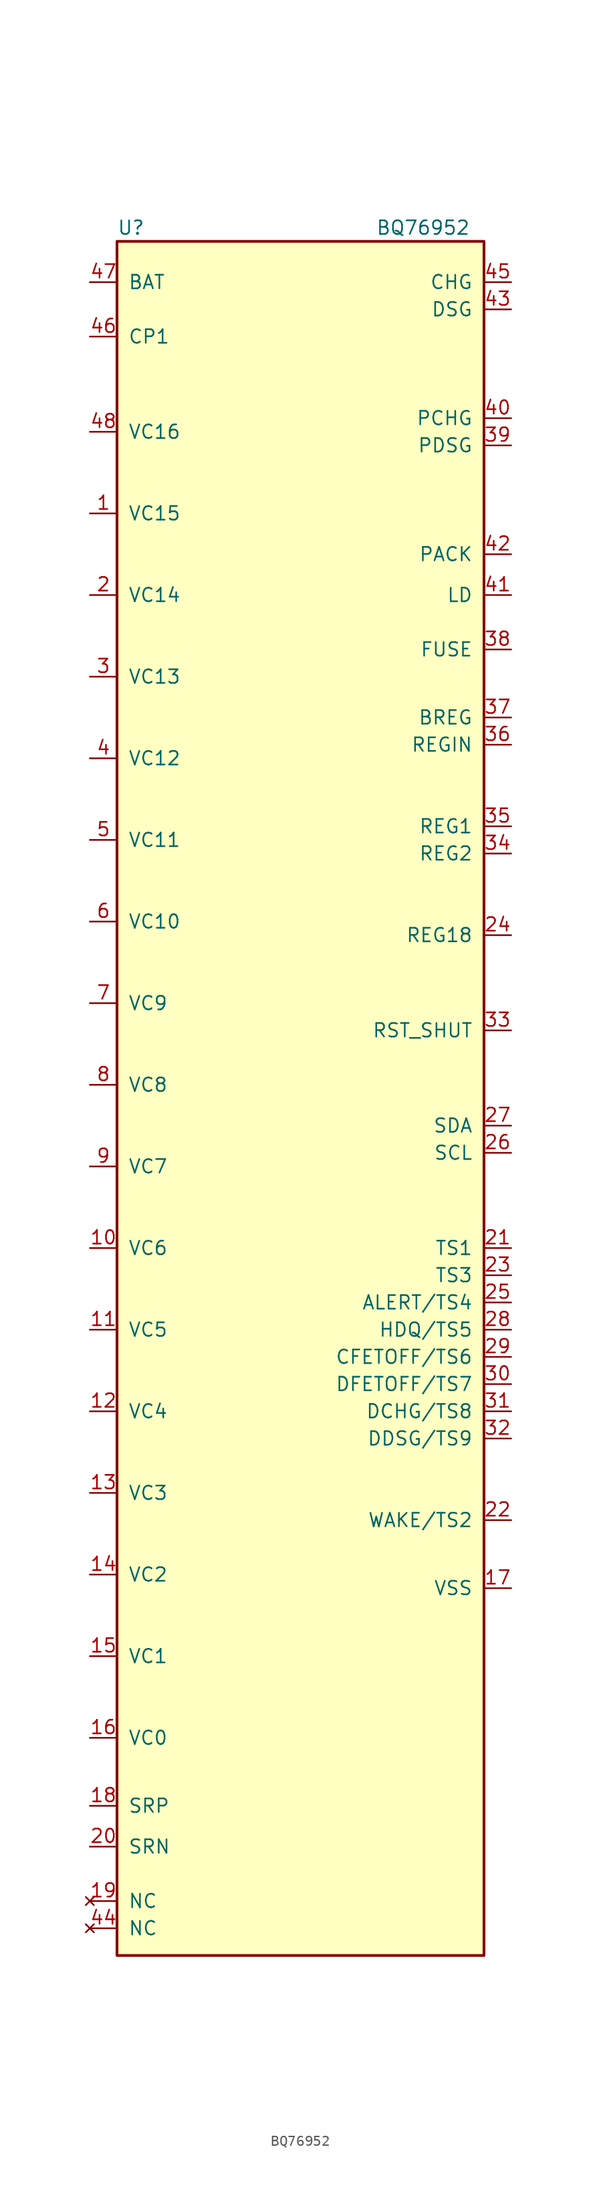
<source format=kicad_sym>
(kicad_symbol_lib
  (version 20220914)
  (generator kicad_symbol_editor)
  (symbol "BQ76952"
    (pin_names
      (offset 1.016))
    (property "Reference" "U"
      (at -16.51 76.2 0)
      (effects (font (size 1.27 1.27)) (justify left)))
    (property "Value" "BQ76952"
      (at 16.51 76.2 0)
      (effects (font (size 1.27 1.27)) (justify right)))
    (symbol "BQ76952_0_1"
      (rectangle (start -16.51 74.93) (end 17.78 -85.09) (stroke (width 0.254) (type solid)) (fill (type background))))
    (symbol "BQ76952_1_0"
      (pin input line (at -19.05 49.53 0) (length 2.54) (name "VC15" (effects (font (size 1.27 1.27)))) (number "1" (effects (font (size 1.27 1.27)))))
      (pin input line (at -19.05 -19.05 0) (length 2.54) (name "VC6" (effects (font (size 1.27 1.27)))) (number "10" (effects (font (size 1.27 1.27)))))
      (pin input line (at -19.05 -26.67 0) (length 2.54) (name "VC5" (effects (font (size 1.27 1.27)))) (number "11" (effects (font (size 1.27 1.27)))))
      (pin input line (at -19.05 -34.29 0) (length 2.54) (name "VC4" (effects (font (size 1.27 1.27)))) (number "12" (effects (font (size 1.27 1.27)))))
      (pin input line (at -19.05 -41.91 0) (length 2.54) (name "VC3" (effects (font (size 1.27 1.27)))) (number "13" (effects (font (size 1.27 1.27)))))
      (pin input line (at -19.05 -49.53 0) (length 2.54) (name "VC2" (effects (font (size 1.27 1.27)))) (number "14" (effects (font (size 1.27 1.27)))))
      (pin input line (at -19.05 -57.15 0) (length 2.54) (name "VC1" (effects (font (size 1.27 1.27)))) (number "15" (effects (font (size 1.27 1.27)))))
      (pin input line (at -19.05 -64.77 0) (length 2.54) (name "VC0" (effects (font (size 1.27 1.27)))) (number "16" (effects (font (size 1.27 1.27)))))
      (pin input line (at -19.05 -71.12 0) (length 2.54) (name "SRP" (effects (font (size 1.27 1.27)))) (number "18" (effects (font (size 1.27 1.27)))))
      (pin input line (at -19.05 41.91 0) (length 2.54) (name "VC14" (effects (font (size 1.27 1.27)))) (number "2" (effects (font (size 1.27 1.27)))))
      (pin input line (at -19.05 -74.93 0) (length 2.54) (name "SRN" (effects (font (size 1.27 1.27)))) (number "20" (effects (font (size 1.27 1.27)))))
      (pin input line (at 20.32 -19.05 180) (length 2.54) (name "TS1" (effects (font (size 1.27 1.27)))) (number "21" (effects (font (size 1.27 1.27)))))
      (pin power_out line (at 20.32 10.16 180) (length 2.54) (name "REG18" (effects (font (size 1.27 1.27)))) (number "24" (effects (font (size 1.27 1.27)))))
      (pin bidirectional line (at 20.32 -26.67 180) (length 2.54) (name "HDQ/TS5" (effects (font (size 1.27 1.27)))) (number "28" (effects (font (size 1.27 1.27)))))
      (pin bidirectional line (at 20.32 -29.21 180) (length 2.54) (name "CFETOFF/TS6" (effects (font (size 1.27 1.27)))) (number "29" (effects (font (size 1.27 1.27)))))
      (pin input line (at -19.05 34.29 0) (length 2.54) (name "VC13" (effects (font (size 1.27 1.27)))) (number "3" (effects (font (size 1.27 1.27)))))
      (pin bidirectional line (at 20.32 -31.75 180) (length 2.54) (name "DFETOFF/TS7" (effects (font (size 1.27 1.27)))) (number "30" (effects (font (size 1.27 1.27)))))
      (pin input line (at 20.32 1.27 180) (length 2.54) (name "RST_SHUT" (effects (font (size 1.27 1.27)))) (number "33" (effects (font (size 1.27 1.27)))))
      (pin power_out line (at 20.32 20.32 180) (length 2.54) (name "REG1" (effects (font (size 1.27 1.27)))) (number "35" (effects (font (size 1.27 1.27)))))
      (pin power_in line (at 20.32 27.94 180) (length 2.54) (name "REGIN" (effects (font (size 1.27 1.27)))) (number "36" (effects (font (size 1.27 1.27)))))
      (pin output line (at 20.32 30.48 180) (length 2.54) (name "BREG" (effects (font (size 1.27 1.27)))) (number "37" (effects (font (size 1.27 1.27)))))
      (pin bidirectional line (at 20.32 36.83 180) (length 2.54) (name "FUSE" (effects (font (size 1.27 1.27)))) (number "38" (effects (font (size 1.27 1.27)))))
      (pin input line (at -19.05 26.67 0) (length 2.54) (name "VC12" (effects (font (size 1.27 1.27)))) (number "4" (effects (font (size 1.27 1.27)))))
      (pin input line (at 20.32 45.72 180) (length 2.54) (name "PACK" (effects (font (size 1.27 1.27)))) (number "42" (effects (font (size 1.27 1.27)))))
      (pin no_connect line (at -19.05 -82.55 0) (length 2.54) (name "NC" (effects (font (size 1.27 1.27)))) (number "44" (effects (font (size 1.27 1.27)))))
      (pin power_out line (at -19.05 66.04 0) (length 2.54) (name "CP1" (effects (font (size 1.27 1.27)))) (number "46" (effects (font (size 1.27 1.27)))))
      (pin input line (at -19.05 71.12 0) (length 2.54) (name "BAT" (effects (font (size 1.27 1.27)))) (number "47" (effects (font (size 1.27 1.27)))))
      (pin input line (at -19.05 19.05 0) (length 2.54) (name "VC11" (effects (font (size 1.27 1.27)))) (number "5" (effects (font (size 1.27 1.27)))))
      (pin input line (at -19.05 11.43 0) (length 2.54) (name "VC10" (effects (font (size 1.27 1.27)))) (number "6" (effects (font (size 1.27 1.27)))))
      (pin input line (at -19.05 3.81 0) (length 2.54) (name "VC9" (effects (font (size 1.27 1.27)))) (number "7" (effects (font (size 1.27 1.27)))))
      (pin input line (at -19.05 -3.81 0) (length 2.54) (name "VC8" (effects (font (size 1.27 1.27)))) (number "8" (effects (font (size 1.27 1.27)))))
      (pin input line (at -19.05 -11.43 0) (length 2.54) (name "VC7" (effects (font (size 1.27 1.27)))) (number "9" (effects (font (size 1.27 1.27))))))
    (symbol "BQ76952_1_1"
      (pin power_in line (at 20.32 -50.8 180) (length 2.54) (name "VSS" (effects (font (size 1.27 1.27)))) (number "17" (effects (font (size 1.27 1.27)))))
      (pin no_connect line (at -19.05 -80.01 0) (length 2.54) (name "NC" (effects (font (size 1.27 1.27)))) (number "19" (effects (font (size 1.27 1.27)))))
      (pin input line (at 20.32 -44.45 180) (length 2.54) (name "WAKE/TS2" (effects (font (size 1.27 1.27)))) (number "22" (effects (font (size 1.27 1.27)))))
      (pin input line (at 20.32 -21.59 180) (length 2.54) (name "TS3" (effects (font (size 1.27 1.27)))) (number "23" (effects (font (size 1.27 1.27)))))
      (pin input line (at 20.32 -24.13 180) (length 2.54) (name "ALERT/TS4" (effects (font (size 1.27 1.27)))) (number "25" (effects (font (size 1.27 1.27)))))
      (pin bidirectional line (at 20.32 -10.16 180) (length 2.54) (name "SCL" (effects (font (size 1.27 1.27)))) (number "26" (effects (font (size 1.27 1.27)))))
      (pin bidirectional line (at 20.32 -7.62 180) (length 2.54) (name "SDA" (effects (font (size 1.27 1.27)))) (number "27" (effects (font (size 1.27 1.27)))))
      (pin bidirectional line (at 20.32 -34.29 180) (length 2.54) (name "DCHG/TS8" (effects (font (size 1.27 1.27)))) (number "31" (effects (font (size 1.27 1.27)))))
      (pin bidirectional line (at 20.32 -36.83 180) (length 2.54) (name "DDSG/TS9" (effects (font (size 1.27 1.27)))) (number "32" (effects (font (size 1.27 1.27)))))
      (pin power_out line (at 20.32 17.78 180) (length 2.54) (name "REG2" (effects (font (size 1.27 1.27)))) (number "34" (effects (font (size 1.27 1.27)))))
      (pin output line (at 20.32 55.88 180) (length 2.54) (name "PDSG" (effects (font (size 1.27 1.27)))) (number "39" (effects (font (size 1.27 1.27)))))
      (pin output line (at 20.32 58.42 180) (length 2.54) (name "PCHG" (effects (font (size 1.27 1.27)))) (number "40" (effects (font (size 1.27 1.27)))))
      (pin input line (at 20.32 41.91 180) (length 2.54) (name "LD" (effects (font (size 1.27 1.27)))) (number "41" (effects (font (size 1.27 1.27)))))
      (pin output line (at 20.32 68.58 180) (length 2.54) (name "DSG" (effects (font (size 1.27 1.27)))) (number "43" (effects (font (size 1.27 1.27)))))
      (pin output line (at 20.32 71.12 180) (length 2.54) (name "CHG" (effects (font (size 1.27 1.27)))) (number "45" (effects (font (size 1.27 1.27)))))
      (pin input line (at -19.05 57.15 0) (length 2.54) (name "VC16" (effects (font (size 1.27 1.27)))) (number "48" (effects (font (size 1.27 1.27))))))))
</source>
